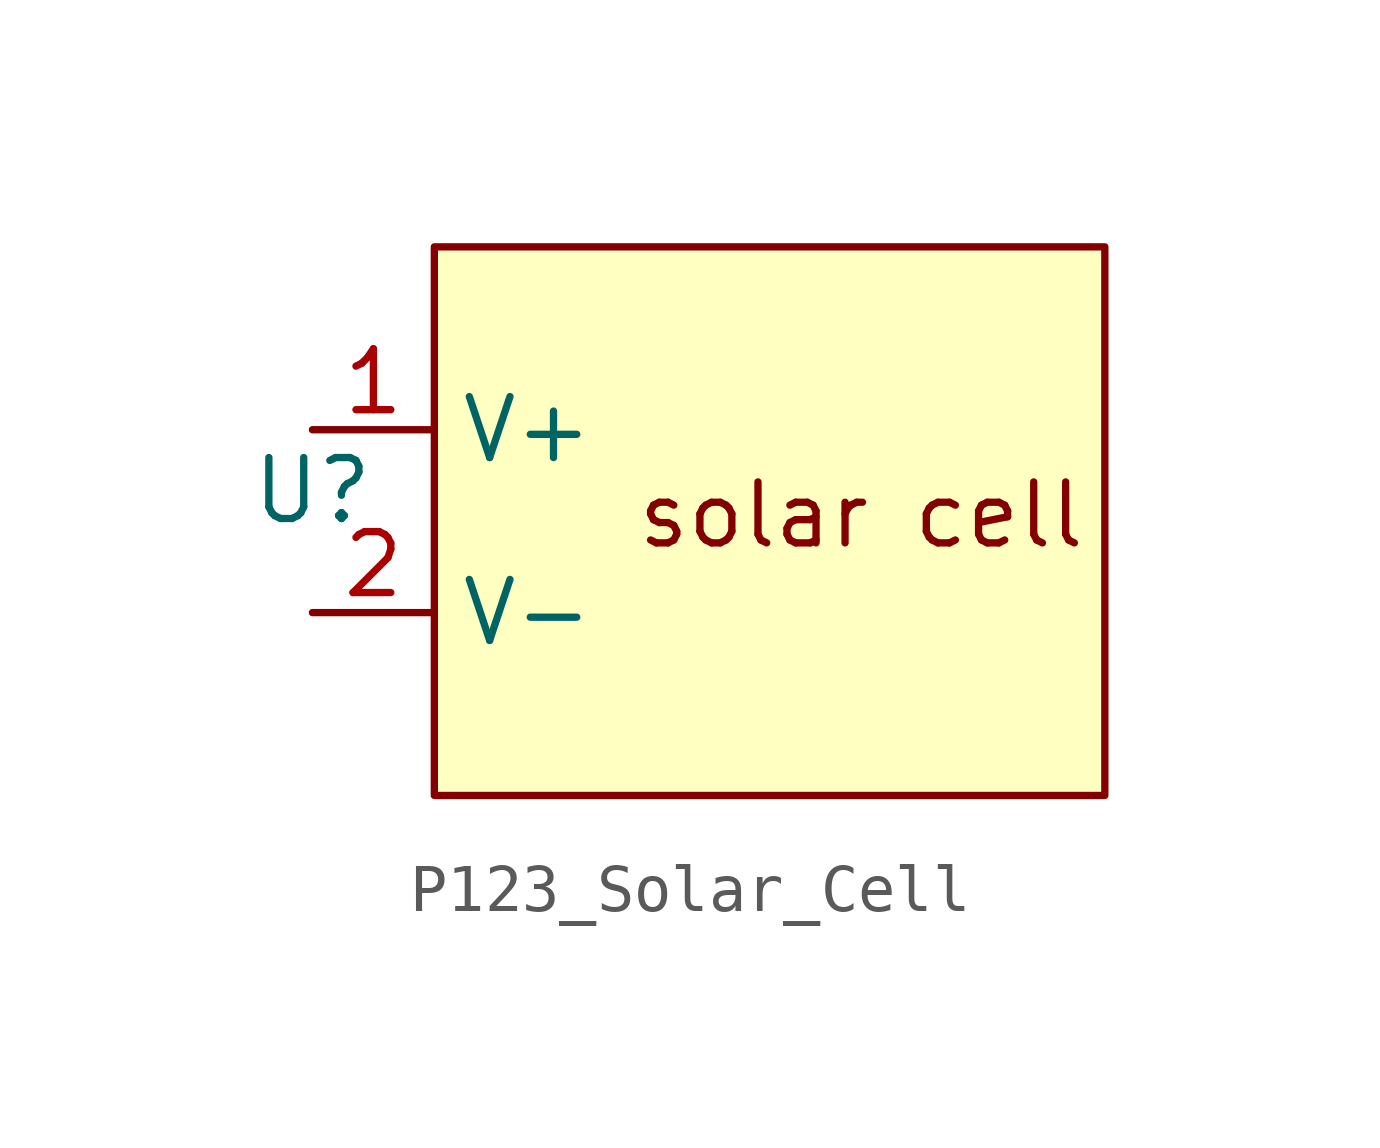
<source format=kicad_sym>
(kicad_symbol_lib
  (version 20241209)
  (generator "kicad_symbol_editor")
  (generator_version "9.0")
  (symbol "P123_Solar_Cell"
    (property "Reference" "U"
      (at 0 0 0)
      (effects (font (size 1.27 1.27))))
    (property "Value" ""
      (at 0 0 0)
      (effects (font (size 1.27 1.27))))
    (symbol "P123_Solar_Cell_1_1"
      (rectangle (start 2.54 5.08) (end 16.51 -6.35) (stroke (width 0) (type solid)) (fill (type color) (color 255 255 194 1)))
      (text "solar cell" (at 11.43 -0.508 0) (effects (font (size 1.27 1.27))))
      (pin power_out line (at 0 1.27 0) (length 2.54) (name "V+" (effects (font (size 1.27 1.27)))) (number "1" (effects (font (size 1.27 1.27)))))
      (pin power_in line (at 0 -2.54 0) (length 2.54) (name "V-" (effects (font (size 1.27 1.27)))) (number "2" (effects (font (size 1.27 1.27))))))))
</source>
